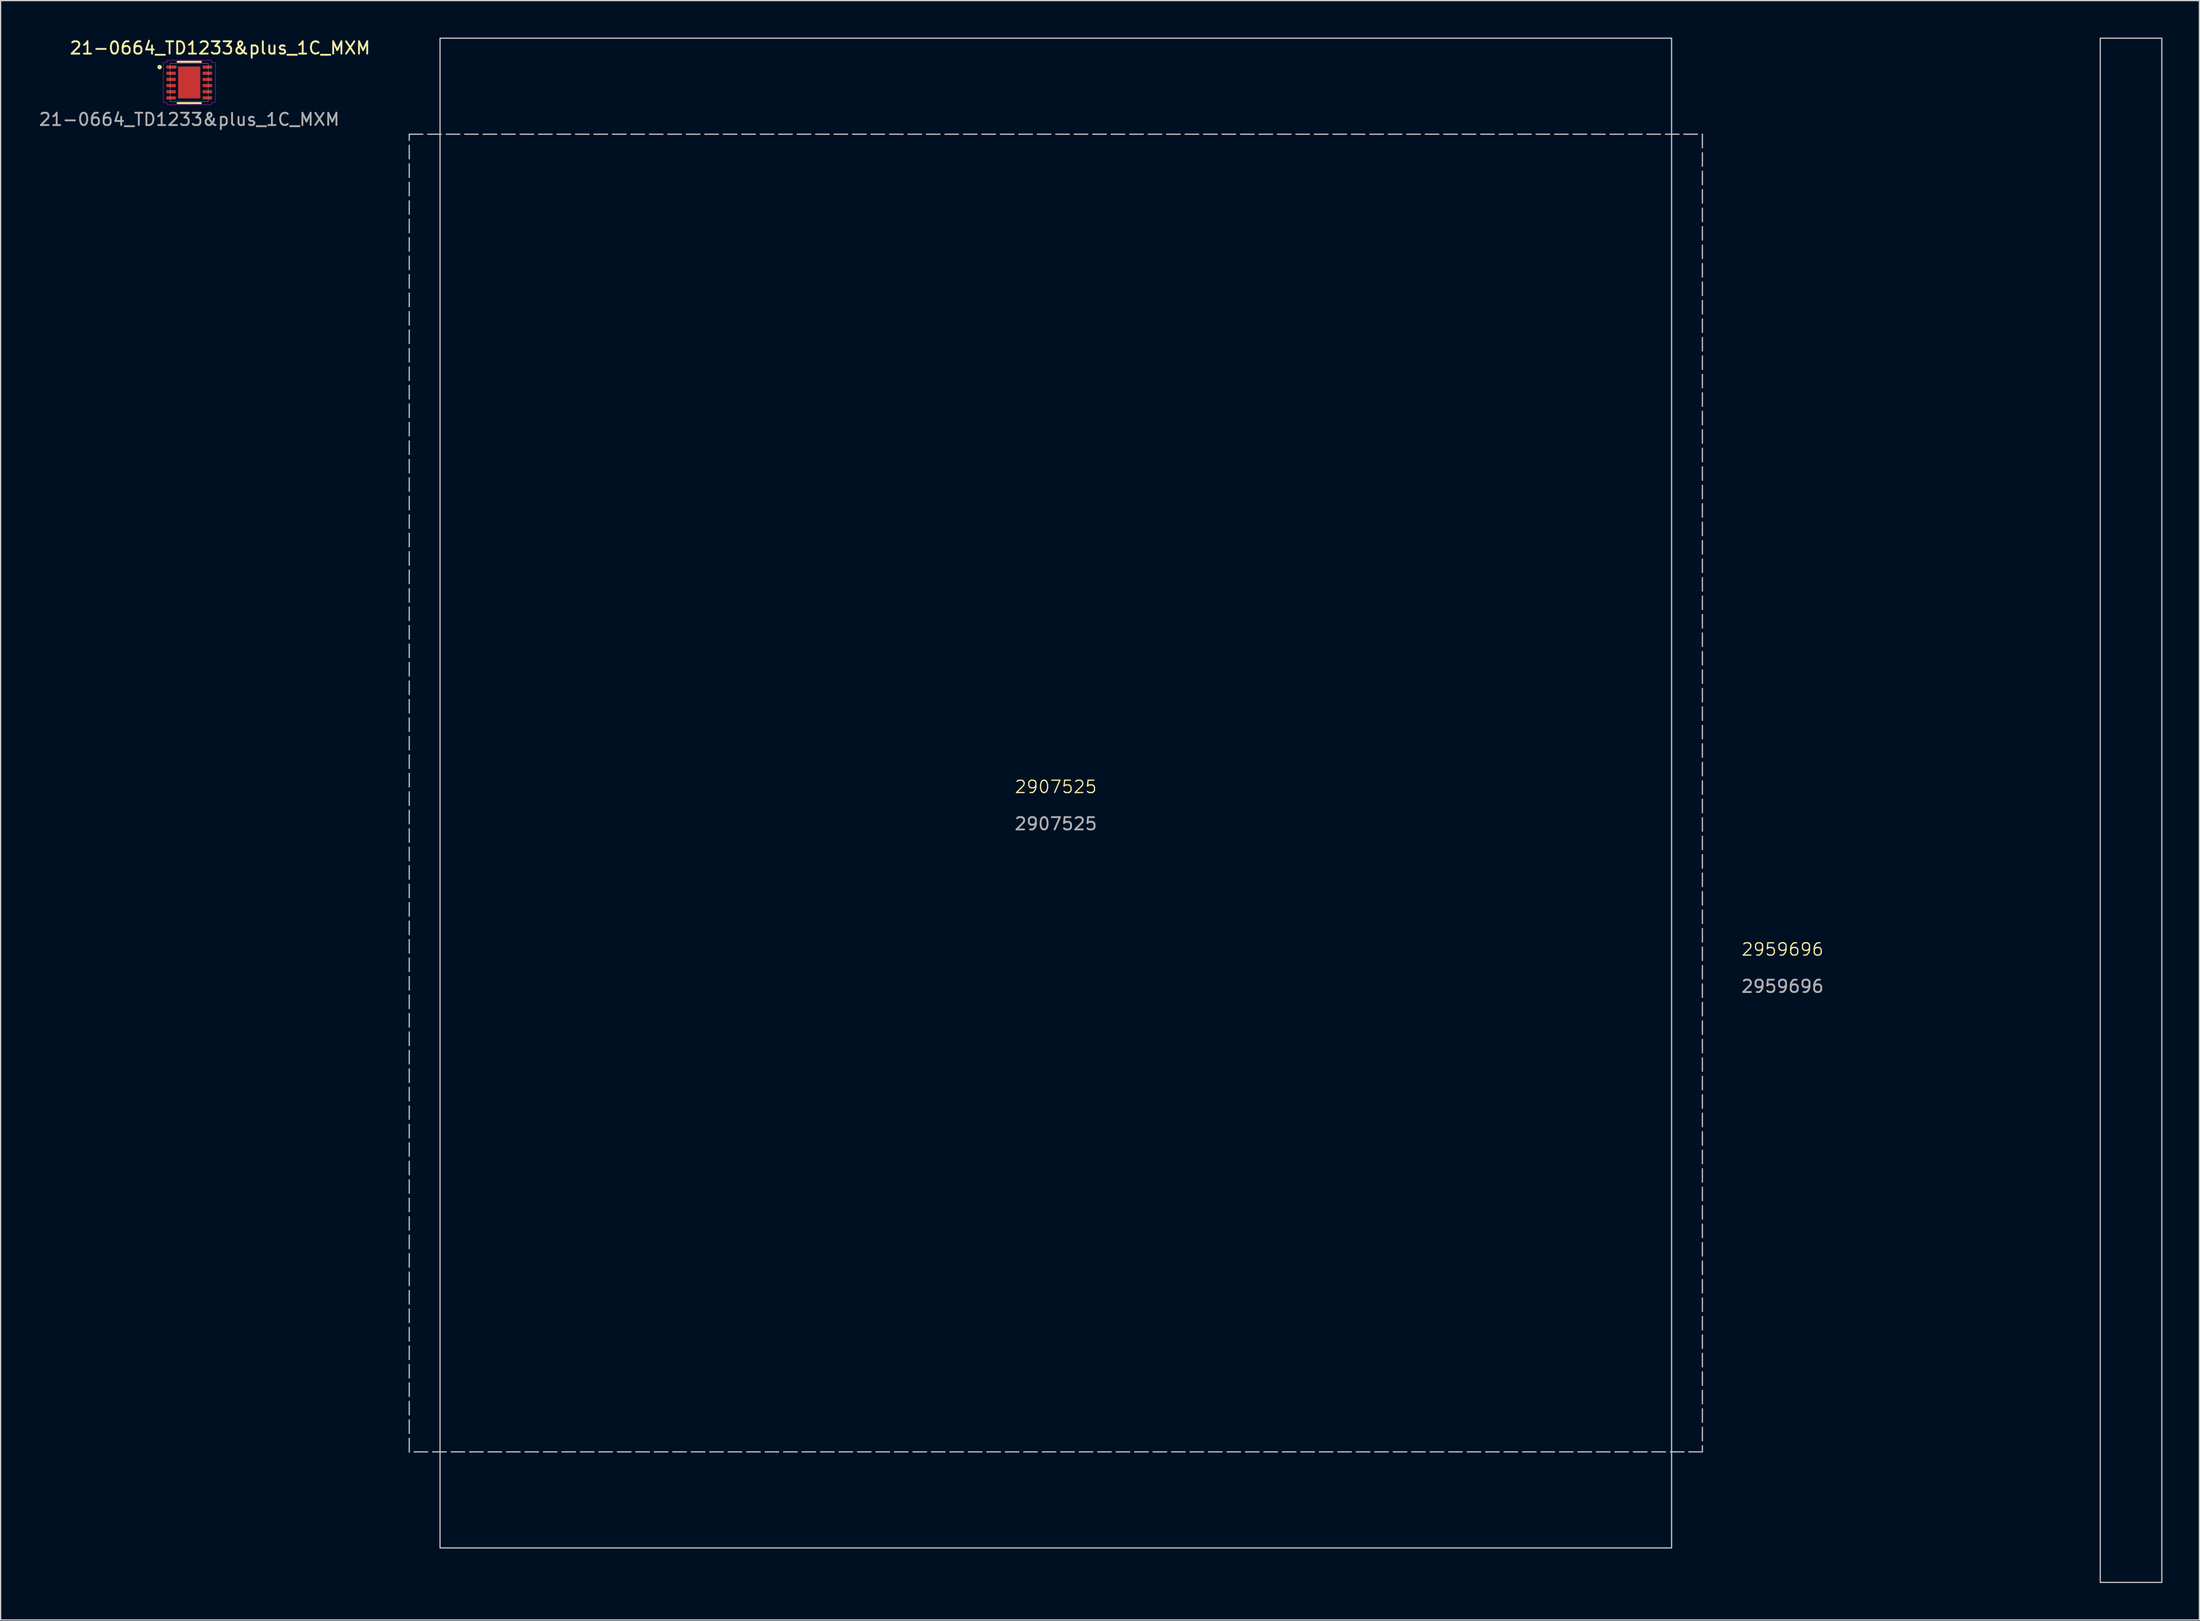
<source format=kicad_pcb>
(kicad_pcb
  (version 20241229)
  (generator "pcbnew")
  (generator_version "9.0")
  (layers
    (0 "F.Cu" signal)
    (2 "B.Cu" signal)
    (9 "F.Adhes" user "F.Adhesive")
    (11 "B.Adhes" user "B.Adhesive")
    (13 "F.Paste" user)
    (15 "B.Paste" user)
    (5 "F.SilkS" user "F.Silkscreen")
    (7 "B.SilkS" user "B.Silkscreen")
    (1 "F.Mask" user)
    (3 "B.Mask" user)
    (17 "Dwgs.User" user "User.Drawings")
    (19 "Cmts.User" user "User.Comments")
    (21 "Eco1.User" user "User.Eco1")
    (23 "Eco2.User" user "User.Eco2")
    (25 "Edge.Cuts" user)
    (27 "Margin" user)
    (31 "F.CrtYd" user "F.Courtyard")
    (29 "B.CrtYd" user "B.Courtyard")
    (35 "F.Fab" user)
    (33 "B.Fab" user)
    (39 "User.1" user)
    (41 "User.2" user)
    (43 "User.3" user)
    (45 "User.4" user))
  (footprint "2959696"
    (layer "F.Cu")
    (at 170.489 62.75)
    (property "Reference" "2959696" (at -28.8 11.3 0) (unlocked yes) (layer "F.SilkS") (effects (font (size 1 1) (thickness 0.1))))
    (fp_rect (start -3 -62.7) (end 2 62.7) (stroke (width 0.1) (type default)) (fill no) (layer "Dwgs.User"))
    (fp_text user "${REFERENCE}" (at -28.8 14.3 0) (unlocked yes) (layer "F.Fab") (effects (font (size 1 1) (thickness 0.15)))))
  (footprint "2907525"
    (layer "F.Cu")
    (at 82.681 61.35)
    (property "Reference" "2907525" (at 0 -0.5 0) (unlocked yes) (layer "F.SilkS") (effects (font (size 1 1) (thickness 0.1))))
    (fp_rect (start -52.5 -53.5) (end 52.5 53.5) (stroke (width 0.1) (type dash)) (fill no) (layer "Dwgs.User"))
    (fp_rect (start -50 -61.3) (end 50 61.3) (stroke (width 0.1) (type default)) (fill no) (layer "Dwgs.User"))
    (fp_text user "${REFERENCE}" (at 0 2.5 0) (unlocked yes) (layer "F.Fab") (effects (font (size 1 1) (thickness 0.15)))))
  (footprint "21-0664_TD1233&plus_1C_MXM"
    (layer "F.Cu")
    (at 12.315 3.648)
    (property "Reference" "21-0664_TD1233&plus_1C_MXM" (at 2.5 -2.8 0) (unlocked yes) (layer "F.SilkS") (effects (font (size 1 1) (thickness 0.15))))
    (attr smd)
    (fp_line (start -0.947 1.676) (end 0.947 1.676) (stroke (width 0.152) (type solid)) (layer "F.SilkS"))
    (fp_line (start 0.947 -1.676) (end -0.947 -1.676) (stroke (width 0.152) (type solid)) (layer "F.SilkS"))
    (fp_circle (center -2.405 -1.25) (end -2.303 -1.25) (stroke (width 0.152) (type solid)) (fill no) (layer "F.SilkS"))
    (fp_poly (pts (xy -0.802 -1.195) (xy -0.802 -0.1) (xy 0.802 -0.1) (xy 0.802 -1.195)) (stroke (width 0) (type solid)) (fill yes) (layer "F.Paste"))
    (fp_poly (pts (xy -0.802 0.1) (xy -0.802 1.195) (xy 0.802 1.195) (xy 0.802 0.1)) (stroke (width 0) (type solid)) (fill yes) (layer "F.Paste"))
    (fp_poly (pts (xy -2.108 -1.631) (xy -1.803 -1.631) (xy -1.803 -1.803) (xy 1.803 -1.803) (xy 1.803 -1.631) (xy 2.108 -1.631) (xy 2.108 1.631) (xy 1.803 1.631) (xy 1.803 1.803) (xy -1.803 1.803) (xy -1.803 1.631) (xy -2.108 1.631)) (stroke (width 0.025) (type solid)) (fill no) (layer "F.CrtYd"))
    (fp_line (start -1.549 -1.549) (end -1.549 1.549) (stroke (width 0.025) (type solid)) (layer "F.Fab"))
    (fp_line (start -1.549 1.549) (end 1.549 1.549) (stroke (width 0.025) (type solid)) (layer "F.Fab"))
    (fp_line (start 1.549 -1.549) (end -1.549 -1.549) (stroke (width 0.025) (type solid)) (layer "F.Fab"))
    (fp_line (start 1.549 1.549) (end 1.549 -1.549) (stroke (width 0.025) (type solid)) (layer "F.Fab"))
    (fp_circle (center -1.092 -1.25) (end -1.016 -1.25) (stroke (width 0.025) (type solid)) (fill no) (layer "F.Fab"))
    (fp_text user "${REFERENCE}" (at 0 3 0) (unlocked yes) (layer "F.Fab") (effects (font (size 1 1) (thickness 0.15))))
    (pad "1" smd rect (at -1.473 -1.25) (size 0.762 0.254) (layers "F.Cu" "F.Mask" "F.Paste"))
    (pad "2" smd rect (at -1.473 -0.75) (size 0.762 0.254) (layers "F.Cu" "F.Mask" "F.Paste"))
    (pad "3" smd rect (at -1.473 -0.25) (size 0.762 0.254) (layers "F.Cu" "F.Mask" "F.Paste"))
    (pad "4" smd rect (at -1.473 0.25) (size 0.762 0.254) (layers "F.Cu" "F.Mask" "F.Paste"))
    (pad "5" smd rect (at -1.473 0.75) (size 0.762 0.254) (layers "F.Cu" "F.Mask" "F.Paste"))
    (pad "6" smd rect (at -1.473 1.25) (size 0.762 0.254) (layers "F.Cu" "F.Mask" "F.Paste"))
    (pad "7" smd rect (at 1.473 1.25) (size 0.762 0.254) (layers "F.Cu" "F.Mask" "F.Paste"))
    (pad "8" smd rect (at 1.473 0.75) (size 0.762 0.254) (layers "F.Cu" "F.Mask" "F.Paste"))
    (pad "9" smd rect (at 1.473 0.25) (size 0.762 0.254) (layers "F.Cu" "F.Mask" "F.Paste"))
    (pad "10" smd rect (at 1.473 -0.25) (size 0.762 0.254) (layers "F.Cu" "F.Mask" "F.Paste"))
    (pad "11" smd rect (at 1.473 -0.75) (size 0.762 0.254) (layers "F.Cu" "F.Mask" "F.Paste"))
    (pad "12" smd rect (at 1.473 -1.25) (size 0.762 0.254) (layers "F.Cu" "F.Mask" "F.Paste"))
    (pad "13" smd rect (at 0 0) (size 1.803 2.591) (layers "F.Cu" "F.Mask" "F.Paste")))
  (gr_rect
    (start -3 -3)
    (end 175.539 128.5)
    (stroke (width 0.1) (type default))
    (fill no)
    (layer "Edge.Cuts")))
</source>
